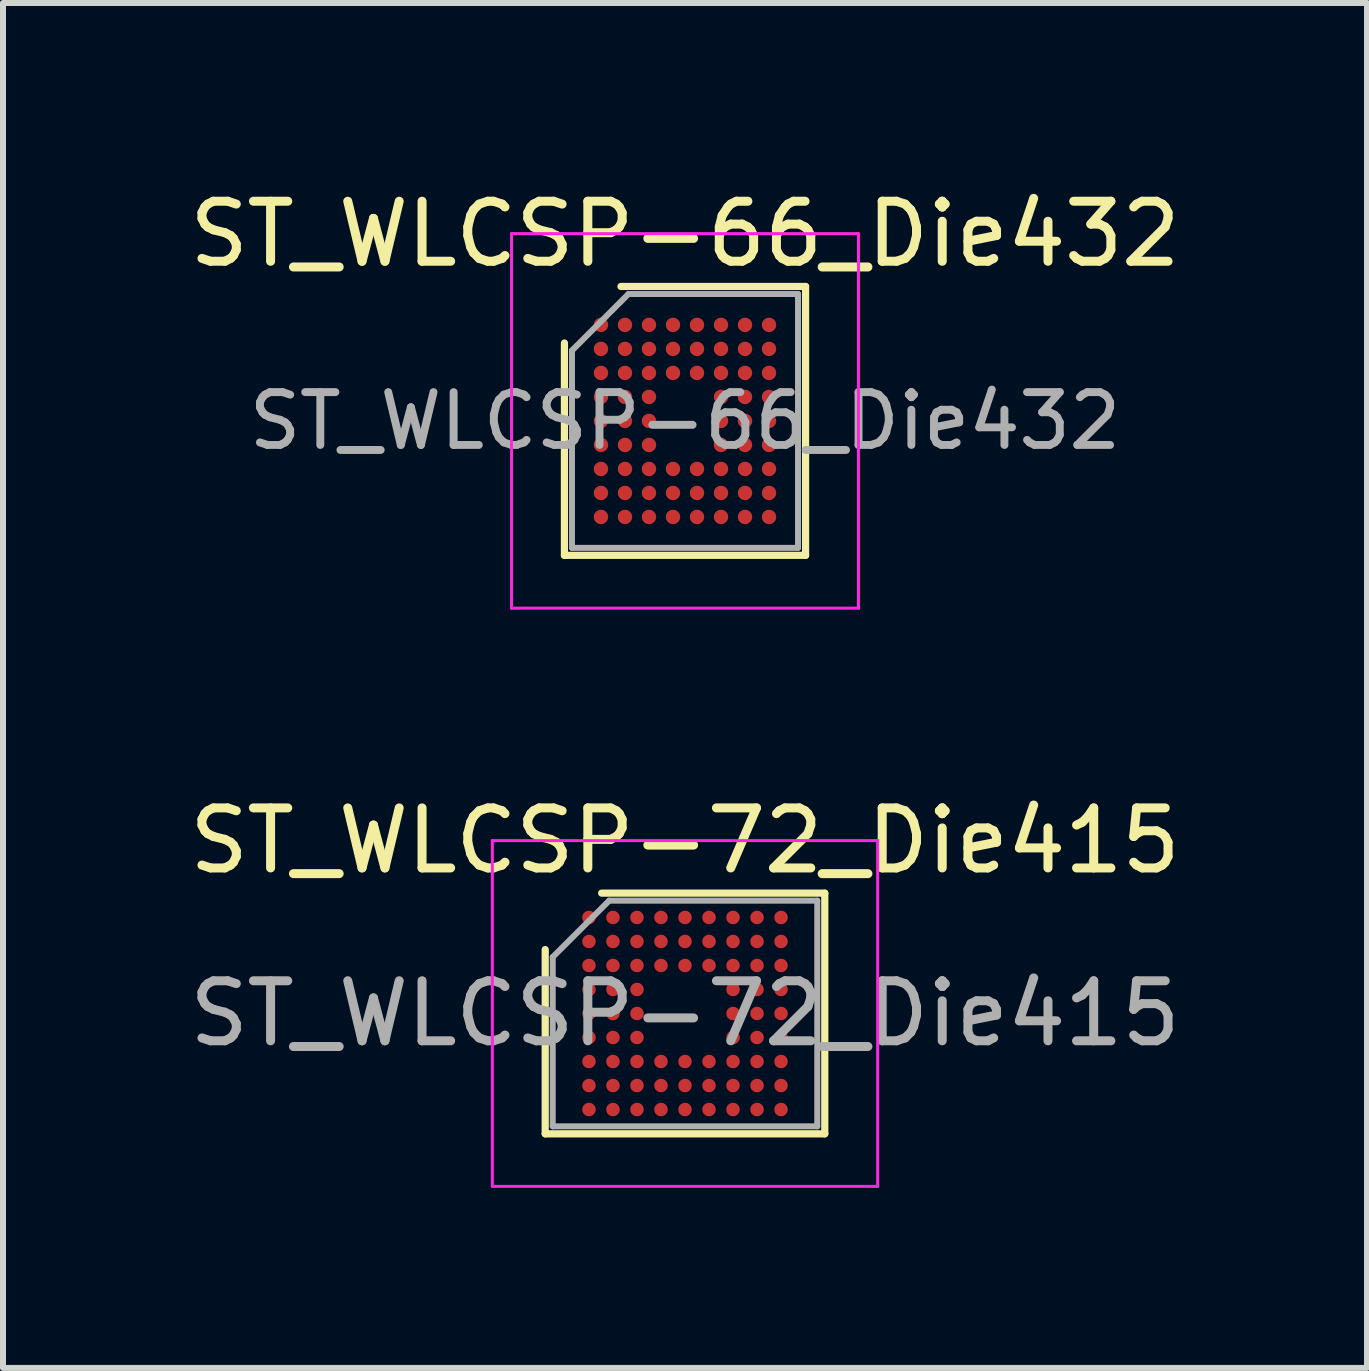
<source format=kicad_pcb>
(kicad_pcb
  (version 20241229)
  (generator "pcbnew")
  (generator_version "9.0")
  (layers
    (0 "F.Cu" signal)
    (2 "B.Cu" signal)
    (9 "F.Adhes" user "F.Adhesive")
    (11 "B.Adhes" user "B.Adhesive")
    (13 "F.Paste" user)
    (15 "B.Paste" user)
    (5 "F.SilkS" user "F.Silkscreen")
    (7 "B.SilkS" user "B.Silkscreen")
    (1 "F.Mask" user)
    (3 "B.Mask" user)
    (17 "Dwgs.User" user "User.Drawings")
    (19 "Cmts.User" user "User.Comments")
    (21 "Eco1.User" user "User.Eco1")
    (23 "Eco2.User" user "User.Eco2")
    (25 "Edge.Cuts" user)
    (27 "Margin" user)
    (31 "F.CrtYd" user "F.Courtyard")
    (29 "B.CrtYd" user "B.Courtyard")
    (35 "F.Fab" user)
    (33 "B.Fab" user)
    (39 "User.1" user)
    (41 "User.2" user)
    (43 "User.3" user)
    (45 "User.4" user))
  (footprint "ST_WLCSP-72_Die415"
    (layer "F.Cu")
    (at 8.363 13.836)
    (property "Reference" "ST_WLCSP-72_Die415" (at 0 -2.88 0) (layer "F.SilkS") (effects (font (size 1 1) (thickness 0.15))))
    (attr smd)
    (fp_line (start -2.329 2.005) (end -2.329 -1.065) (stroke (width 0.12) (type solid)) (layer "F.SilkS"))
    (fp_line (start -1.389 -2.005) (end 2.329 -2.005) (stroke (width 0.12) (type solid)) (layer "F.SilkS"))
    (fp_line (start 2.329 -2.005) (end 2.329 2.005) (stroke (width 0.12) (type solid)) (layer "F.SilkS"))
    (fp_line (start 2.329 2.005) (end -2.329 2.005) (stroke (width 0.12) (type solid)) (layer "F.SilkS"))
    (fp_line (start -3.21 -2.88) (end -3.21 2.88) (stroke (width 0.05) (type solid)) (layer "F.CrtYd"))
    (fp_line (start -3.21 2.88) (end 3.21 2.88) (stroke (width 0.05) (type solid)) (layer "F.CrtYd"))
    (fp_line (start 3.21 -2.88) (end -3.21 -2.88) (stroke (width 0.05) (type solid)) (layer "F.CrtYd"))
    (fp_line (start 3.21 2.88) (end 3.21 -2.88) (stroke (width 0.05) (type solid)) (layer "F.CrtYd"))
    (fp_line (start -2.204 -0.94) (end -1.264 -1.88) (stroke (width 0.1) (type solid)) (layer "F.Fab"))
    (fp_line (start -2.204 1.88) (end -2.204 -0.94) (stroke (width 0.1) (type solid)) (layer "F.Fab"))
    (fp_line (start -1.264 -1.88) (end 2.204 -1.88) (stroke (width 0.1) (type solid)) (layer "F.Fab"))
    (fp_line (start 2.204 -1.88) (end 2.204 1.88) (stroke (width 0.1) (type solid)) (layer "F.Fab"))
    (fp_line (start 2.204 1.88) (end -2.204 1.88) (stroke (width 0.1) (type solid)) (layer "F.Fab"))
    (fp_text user "${REFERENCE}" (at 0 0 0) (layer "F.Fab") (effects (font (size 1 1) (thickness 0.15))))
    (pad "A1" smd circle (at -1.6 -1.6) (size 0.225 0.225) (layers "F.Cu" "F.Mask" "F.Paste"))
    (pad "A2" smd circle (at -1.2 -1.6) (size 0.225 0.225) (layers "F.Cu" "F.Mask" "F.Paste"))
    (pad "A3" smd circle (at -0.8 -1.6) (size 0.225 0.225) (layers "F.Cu" "F.Mask" "F.Paste"))
    (pad "A4" smd circle (at -0.4 -1.6) (size 0.225 0.225) (layers "F.Cu" "F.Mask" "F.Paste"))
    (pad "A5" smd circle (at 0 -1.6) (size 0.225 0.225) (layers "F.Cu" "F.Mask" "F.Paste"))
    (pad "A6" smd circle (at 0.4 -1.6) (size 0.225 0.225) (layers "F.Cu" "F.Mask" "F.Paste"))
    (pad "A7" smd circle (at 0.8 -1.6) (size 0.225 0.225) (layers "F.Cu" "F.Mask" "F.Paste"))
    (pad "A8" smd circle (at 1.2 -1.6) (size 0.225 0.225) (layers "F.Cu" "F.Mask" "F.Paste"))
    (pad "A9" smd circle (at 1.6 -1.6) (size 0.225 0.225) (layers "F.Cu" "F.Mask" "F.Paste"))
    (pad "B1" smd circle (at -1.6 -1.2) (size 0.225 0.225) (layers "F.Cu" "F.Mask" "F.Paste"))
    (pad "B2" smd circle (at -1.2 -1.2) (size 0.225 0.225) (layers "F.Cu" "F.Mask" "F.Paste"))
    (pad "B3" smd circle (at -0.8 -1.2) (size 0.225 0.225) (layers "F.Cu" "F.Mask" "F.Paste"))
    (pad "B4" smd circle (at -0.4 -1.2) (size 0.225 0.225) (layers "F.Cu" "F.Mask" "F.Paste"))
    (pad "B5" smd circle (at 0 -1.2) (size 0.225 0.225) (layers "F.Cu" "F.Mask" "F.Paste"))
    (pad "B6" smd circle (at 0.4 -1.2) (size 0.225 0.225) (layers "F.Cu" "F.Mask" "F.Paste"))
    (pad "B7" smd circle (at 0.8 -1.2) (size 0.225 0.225) (layers "F.Cu" "F.Mask" "F.Paste"))
    (pad "B8" smd circle (at 1.2 -1.2) (size 0.225 0.225) (layers "F.Cu" "F.Mask" "F.Paste"))
    (pad "B9" smd circle (at 1.6 -1.2) (size 0.225 0.225) (layers "F.Cu" "F.Mask" "F.Paste"))
    (pad "C1" smd circle (at -1.6 -0.8) (size 0.225 0.225) (layers "F.Cu" "F.Mask" "F.Paste"))
    (pad "C2" smd circle (at -1.2 -0.8) (size 0.225 0.225) (layers "F.Cu" "F.Mask" "F.Paste"))
    (pad "C3" smd circle (at -0.8 -0.8) (size 0.225 0.225) (layers "F.Cu" "F.Mask" "F.Paste"))
    (pad "C4" smd circle (at -0.4 -0.8) (size 0.225 0.225) (layers "F.Cu" "F.Mask" "F.Paste"))
    (pad "C5" smd circle (at 0 -0.8) (size 0.225 0.225) (layers "F.Cu" "F.Mask" "F.Paste"))
    (pad "C6" smd circle (at 0.4 -0.8) (size 0.225 0.225) (layers "F.Cu" "F.Mask" "F.Paste"))
    (pad "C7" smd circle (at 0.8 -0.8) (size 0.225 0.225) (layers "F.Cu" "F.Mask" "F.Paste"))
    (pad "C8" smd circle (at 1.2 -0.8) (size 0.225 0.225) (layers "F.Cu" "F.Mask" "F.Paste"))
    (pad "C9" smd circle (at 1.6 -0.8) (size 0.225 0.225) (layers "F.Cu" "F.Mask" "F.Paste"))
    (pad "D1" smd circle (at -1.6 -0.4) (size 0.225 0.225) (layers "F.Cu" "F.Mask" "F.Paste"))
    (pad "D2" smd circle (at -1.2 -0.4) (size 0.225 0.225) (layers "F.Cu" "F.Mask" "F.Paste"))
    (pad "D3" smd circle (at -0.8 -0.4) (size 0.225 0.225) (layers "F.Cu" "F.Mask" "F.Paste"))
    (pad "D7" smd circle (at 0.8 -0.4) (size 0.225 0.225) (layers "F.Cu" "F.Mask" "F.Paste"))
    (pad "D8" smd circle (at 1.2 -0.4) (size 0.225 0.225) (layers "F.Cu" "F.Mask" "F.Paste"))
    (pad "D9" smd circle (at 1.6 -0.4) (size 0.225 0.225) (layers "F.Cu" "F.Mask" "F.Paste"))
    (pad "E1" smd circle (at -1.6 0) (size 0.225 0.225) (layers "F.Cu" "F.Mask" "F.Paste"))
    (pad "E2" smd circle (at -1.2 0) (size 0.225 0.225) (layers "F.Cu" "F.Mask" "F.Paste"))
    (pad "E3" smd circle (at -0.8 0) (size 0.225 0.225) (layers "F.Cu" "F.Mask" "F.Paste"))
    (pad "E7" smd circle (at 0.8 0) (size 0.225 0.225) (layers "F.Cu" "F.Mask" "F.Paste"))
    (pad "E8" smd circle (at 1.2 0) (size 0.225 0.225) (layers "F.Cu" "F.Mask" "F.Paste"))
    (pad "E9" smd circle (at 1.6 0) (size 0.225 0.225) (layers "F.Cu" "F.Mask" "F.Paste"))
    (pad "F1" smd circle (at -1.6 0.4) (size 0.225 0.225) (layers "F.Cu" "F.Mask" "F.Paste"))
    (pad "F2" smd circle (at -1.2 0.4) (size 0.225 0.225) (layers "F.Cu" "F.Mask" "F.Paste"))
    (pad "F3" smd circle (at -0.8 0.4) (size 0.225 0.225) (layers "F.Cu" "F.Mask" "F.Paste"))
    (pad "F7" smd circle (at 0.8 0.4) (size 0.225 0.225) (layers "F.Cu" "F.Mask" "F.Paste"))
    (pad "F8" smd circle (at 1.2 0.4) (size 0.225 0.225) (layers "F.Cu" "F.Mask" "F.Paste"))
    (pad "F9" smd circle (at 1.6 0.4) (size 0.225 0.225) (layers "F.Cu" "F.Mask" "F.Paste"))
    (pad "G1" smd circle (at -1.6 0.8) (size 0.225 0.225) (layers "F.Cu" "F.Mask" "F.Paste"))
    (pad "G2" smd circle (at -1.2 0.8) (size 0.225 0.225) (layers "F.Cu" "F.Mask" "F.Paste"))
    (pad "G3" smd circle (at -0.8 0.8) (size 0.225 0.225) (layers "F.Cu" "F.Mask" "F.Paste"))
    (pad "G4" smd circle (at -0.4 0.8) (size 0.225 0.225) (layers "F.Cu" "F.Mask" "F.Paste"))
    (pad "G5" smd circle (at 0 0.8) (size 0.225 0.225) (layers "F.Cu" "F.Mask" "F.Paste"))
    (pad "G6" smd circle (at 0.4 0.8) (size 0.225 0.225) (layers "F.Cu" "F.Mask" "F.Paste"))
    (pad "G7" smd circle (at 0.8 0.8) (size 0.225 0.225) (layers "F.Cu" "F.Mask" "F.Paste"))
    (pad "G8" smd circle (at 1.2 0.8) (size 0.225 0.225) (layers "F.Cu" "F.Mask" "F.Paste"))
    (pad "G9" smd circle (at 1.6 0.8) (size 0.225 0.225) (layers "F.Cu" "F.Mask" "F.Paste"))
    (pad "H1" smd circle (at -1.6 1.2) (size 0.225 0.225) (layers "F.Cu" "F.Mask" "F.Paste"))
    (pad "H2" smd circle (at -1.2 1.2) (size 0.225 0.225) (layers "F.Cu" "F.Mask" "F.Paste"))
    (pad "H3" smd circle (at -0.8 1.2) (size 0.225 0.225) (layers "F.Cu" "F.Mask" "F.Paste"))
    (pad "H4" smd circle (at -0.4 1.2) (size 0.225 0.225) (layers "F.Cu" "F.Mask" "F.Paste"))
    (pad "H5" smd circle (at 0 1.2) (size 0.225 0.225) (layers "F.Cu" "F.Mask" "F.Paste"))
    (pad "H6" smd circle (at 0.4 1.2) (size 0.225 0.225) (layers "F.Cu" "F.Mask" "F.Paste"))
    (pad "H7" smd circle (at 0.8 1.2) (size 0.225 0.225) (layers "F.Cu" "F.Mask" "F.Paste"))
    (pad "H8" smd circle (at 1.2 1.2) (size 0.225 0.225) (layers "F.Cu" "F.Mask" "F.Paste"))
    (pad "H9" smd circle (at 1.6 1.2) (size 0.225 0.225) (layers "F.Cu" "F.Mask" "F.Paste"))
    (pad "J1" smd circle (at -1.6 1.6) (size 0.225 0.225) (layers "F.Cu" "F.Mask" "F.Paste"))
    (pad "J2" smd circle (at -1.2 1.6) (size 0.225 0.225) (layers "F.Cu" "F.Mask" "F.Paste"))
    (pad "J3" smd circle (at -0.8 1.6) (size 0.225 0.225) (layers "F.Cu" "F.Mask" "F.Paste"))
    (pad "J4" smd circle (at -0.4 1.6) (size 0.225 0.225) (layers "F.Cu" "F.Mask" "F.Paste"))
    (pad "J5" smd circle (at 0 1.6) (size 0.225 0.225) (layers "F.Cu" "F.Mask" "F.Paste"))
    (pad "J6" smd circle (at 0.4 1.6) (size 0.225 0.225) (layers "F.Cu" "F.Mask" "F.Paste"))
    (pad "J7" smd circle (at 0.8 1.6) (size 0.225 0.225) (layers "F.Cu" "F.Mask" "F.Paste"))
    (pad "J8" smd circle (at 1.2 1.6) (size 0.225 0.225) (layers "F.Cu" "F.Mask" "F.Paste"))
    (pad "J9" smd circle (at 1.6 1.6) (size 0.225 0.225) (layers "F.Cu" "F.Mask" "F.Paste")))
  (footprint "ST_WLCSP-66_Die432"
    (layer "F.Cu")
    (at 8.363 3.963)
    (property "Reference" "ST_WLCSP-66_Die432" (at 0 -3.115 0) (layer "F.SilkS") (effects (font (size 1 1) (thickness 0.15))))
    (attr smd)
    (fp_line (start -2.009 2.24) (end -2.009 -1.298) (stroke (width 0.12) (type solid)) (layer "F.SilkS"))
    (fp_line (start -1.067 -2.24) (end 2.009 -2.24) (stroke (width 0.12) (type solid)) (layer "F.SilkS"))
    (fp_line (start 2.009 -2.24) (end 2.009 2.24) (stroke (width 0.12) (type solid)) (layer "F.SilkS"))
    (fp_line (start 2.009 2.24) (end -2.009 2.24) (stroke (width 0.12) (type solid)) (layer "F.SilkS"))
    (fp_line (start -2.89 -3.12) (end -2.89 3.12) (stroke (width 0.05) (type solid)) (layer "F.CrtYd"))
    (fp_line (start -2.89 3.12) (end 2.89 3.12) (stroke (width 0.05) (type solid)) (layer "F.CrtYd"))
    (fp_line (start 2.89 -3.12) (end -2.89 -3.12) (stroke (width 0.05) (type solid)) (layer "F.CrtYd"))
    (fp_line (start 2.89 3.12) (end 2.89 -3.12) (stroke (width 0.05) (type solid)) (layer "F.CrtYd"))
    (fp_line (start -1.883 -1.173) (end -0.942 -2.115) (stroke (width 0.1) (type solid)) (layer "F.Fab"))
    (fp_line (start -1.883 2.115) (end -1.883 -1.173) (stroke (width 0.1) (type solid)) (layer "F.Fab"))
    (fp_line (start -0.942 -2.115) (end 1.883 -2.115) (stroke (width 0.1) (type solid)) (layer "F.Fab"))
    (fp_line (start 1.883 -2.115) (end 1.883 2.115) (stroke (width 0.1) (type solid)) (layer "F.Fab"))
    (fp_line (start 1.883 2.115) (end -1.883 2.115) (stroke (width 0.1) (type solid)) (layer "F.Fab"))
    (fp_text user "${REFERENCE}" (at 0 0 0) (layer "F.Fab") (effects (font (size 0.88 0.88) (thickness 0.132))))
    (pad "A1" smd circle (at -1.4 -1.6) (size 0.24 0.24) (layers "F.Cu" "F.Mask" "F.Paste"))
    (pad "A2" smd circle (at -1 -1.6) (size 0.24 0.24) (layers "F.Cu" "F.Mask" "F.Paste"))
    (pad "A3" smd circle (at -0.6 -1.6) (size 0.24 0.24) (layers "F.Cu" "F.Mask" "F.Paste"))
    (pad "A4" smd circle (at -0.2 -1.6) (size 0.24 0.24) (layers "F.Cu" "F.Mask" "F.Paste"))
    (pad "A5" smd circle (at 0.2 -1.6) (size 0.24 0.24) (layers "F.Cu" "F.Mask" "F.Paste"))
    (pad "A6" smd circle (at 0.6 -1.6) (size 0.24 0.24) (layers "F.Cu" "F.Mask" "F.Paste"))
    (pad "A7" smd circle (at 1 -1.6) (size 0.24 0.24) (layers "F.Cu" "F.Mask" "F.Paste"))
    (pad "A8" smd circle (at 1.4 -1.6) (size 0.24 0.24) (layers "F.Cu" "F.Mask" "F.Paste"))
    (pad "B1" smd circle (at -1.4 -1.2) (size 0.24 0.24) (layers "F.Cu" "F.Mask" "F.Paste"))
    (pad "B2" smd circle (at -1 -1.2) (size 0.24 0.24) (layers "F.Cu" "F.Mask" "F.Paste"))
    (pad "B3" smd circle (at -0.6 -1.2) (size 0.24 0.24) (layers "F.Cu" "F.Mask" "F.Paste"))
    (pad "B4" smd circle (at -0.2 -1.2) (size 0.24 0.24) (layers "F.Cu" "F.Mask" "F.Paste"))
    (pad "B5" smd circle (at 0.2 -1.2) (size 0.24 0.24) (layers "F.Cu" "F.Mask" "F.Paste"))
    (pad "B6" smd circle (at 0.6 -1.2) (size 0.24 0.24) (layers "F.Cu" "F.Mask" "F.Paste"))
    (pad "B7" smd circle (at 1 -1.2) (size 0.24 0.24) (layers "F.Cu" "F.Mask" "F.Paste"))
    (pad "B8" smd circle (at 1.4 -1.2) (size 0.24 0.24) (layers "F.Cu" "F.Mask" "F.Paste"))
    (pad "C1" smd circle (at -1.4 -0.8) (size 0.24 0.24) (layers "F.Cu" "F.Mask" "F.Paste"))
    (pad "C2" smd circle (at -1 -0.8) (size 0.24 0.24) (layers "F.Cu" "F.Mask" "F.Paste"))
    (pad "C3" smd circle (at -0.6 -0.8) (size 0.24 0.24) (layers "F.Cu" "F.Mask" "F.Paste"))
    (pad "C4" smd circle (at -0.2 -0.8) (size 0.24 0.24) (layers "F.Cu" "F.Mask" "F.Paste"))
    (pad "C5" smd circle (at 0.2 -0.8) (size 0.24 0.24) (layers "F.Cu" "F.Mask" "F.Paste"))
    (pad "C6" smd circle (at 0.6 -0.8) (size 0.24 0.24) (layers "F.Cu" "F.Mask" "F.Paste"))
    (pad "C7" smd circle (at 1 -0.8) (size 0.24 0.24) (layers "F.Cu" "F.Mask" "F.Paste"))
    (pad "C8" smd circle (at 1.4 -0.8) (size 0.24 0.24) (layers "F.Cu" "F.Mask" "F.Paste"))
    (pad "D1" smd circle (at -1.4 -0.4) (size 0.24 0.24) (layers "F.Cu" "F.Mask" "F.Paste"))
    (pad "D2" smd circle (at -1 -0.4) (size 0.24 0.24) (layers "F.Cu" "F.Mask" "F.Paste"))
    (pad "D3" smd circle (at -0.6 -0.4) (size 0.24 0.24) (layers "F.Cu" "F.Mask" "F.Paste"))
    (pad "D6" smd circle (at 0.6 -0.4) (size 0.24 0.24) (layers "F.Cu" "F.Mask" "F.Paste"))
    (pad "D7" smd circle (at 1 -0.4) (size 0.24 0.24) (layers "F.Cu" "F.Mask" "F.Paste"))
    (pad "D8" smd circle (at 1.4 -0.4) (size 0.24 0.24) (layers "F.Cu" "F.Mask" "F.Paste"))
    (pad "E1" smd circle (at -1.4 0) (size 0.24 0.24) (layers "F.Cu" "F.Mask" "F.Paste"))
    (pad "E2" smd circle (at -1 0) (size 0.24 0.24) (layers "F.Cu" "F.Mask" "F.Paste"))
    (pad "E3" smd circle (at -0.6 0) (size 0.24 0.24) (layers "F.Cu" "F.Mask" "F.Paste"))
    (pad "E6" smd circle (at 0.6 0) (size 0.24 0.24) (layers "F.Cu" "F.Mask" "F.Paste"))
    (pad "E7" smd circle (at 1 0) (size 0.24 0.24) (layers "F.Cu" "F.Mask" "F.Paste"))
    (pad "E8" smd circle (at 1.4 0) (size 0.24 0.24) (layers "F.Cu" "F.Mask" "F.Paste"))
    (pad "F1" smd circle (at -1.4 0.4) (size 0.24 0.24) (layers "F.Cu" "F.Mask" "F.Paste"))
    (pad "F2" smd circle (at -1 0.4) (size 0.24 0.24) (layers "F.Cu" "F.Mask" "F.Paste"))
    (pad "F3" smd circle (at -0.6 0.4) (size 0.24 0.24) (layers "F.Cu" "F.Mask" "F.Paste"))
    (pad "F6" smd circle (at 0.6 0.4) (size 0.24 0.24) (layers "F.Cu" "F.Mask" "F.Paste"))
    (pad "F7" smd circle (at 1 0.4) (size 0.24 0.24) (layers "F.Cu" "F.Mask" "F.Paste"))
    (pad "F8" smd circle (at 1.4 0.4) (size 0.24 0.24) (layers "F.Cu" "F.Mask" "F.Paste"))
    (pad "G1" smd circle (at -1.4 0.8) (size 0.24 0.24) (layers "F.Cu" "F.Mask" "F.Paste"))
    (pad "G2" smd circle (at -1 0.8) (size 0.24 0.24) (layers "F.Cu" "F.Mask" "F.Paste"))
    (pad "G3" smd circle (at -0.6 0.8) (size 0.24 0.24) (layers "F.Cu" "F.Mask" "F.Paste"))
    (pad "G4" smd circle (at -0.2 0.8) (size 0.24 0.24) (layers "F.Cu" "F.Mask" "F.Paste"))
    (pad "G5" smd circle (at 0.2 0.8) (size 0.24 0.24) (layers "F.Cu" "F.Mask" "F.Paste"))
    (pad "G6" smd circle (at 0.6 0.8) (size 0.24 0.24) (layers "F.Cu" "F.Mask" "F.Paste"))
    (pad "G7" smd circle (at 1 0.8) (size 0.24 0.24) (layers "F.Cu" "F.Mask" "F.Paste"))
    (pad "G8" smd circle (at 1.4 0.8) (size 0.24 0.24) (layers "F.Cu" "F.Mask" "F.Paste"))
    (pad "H1" smd circle (at -1.4 1.2) (size 0.24 0.24) (layers "F.Cu" "F.Mask" "F.Paste"))
    (pad "H2" smd circle (at -1 1.2) (size 0.24 0.24) (layers "F.Cu" "F.Mask" "F.Paste"))
    (pad "H3" smd circle (at -0.6 1.2) (size 0.24 0.24) (layers "F.Cu" "F.Mask" "F.Paste"))
    (pad "H4" smd circle (at -0.2 1.2) (size 0.24 0.24) (layers "F.Cu" "F.Mask" "F.Paste"))
    (pad "H5" smd circle (at 0.2 1.2) (size 0.24 0.24) (layers "F.Cu" "F.Mask" "F.Paste"))
    (pad "H6" smd circle (at 0.6 1.2) (size 0.24 0.24) (layers "F.Cu" "F.Mask" "F.Paste"))
    (pad "H7" smd circle (at 1 1.2) (size 0.24 0.24) (layers "F.Cu" "F.Mask" "F.Paste"))
    (pad "H8" smd circle (at 1.4 1.2) (size 0.24 0.24) (layers "F.Cu" "F.Mask" "F.Paste"))
    (pad "J1" smd circle (at -1.4 1.6) (size 0.24 0.24) (layers "F.Cu" "F.Mask" "F.Paste"))
    (pad "J2" smd circle (at -1 1.6) (size 0.24 0.24) (layers "F.Cu" "F.Mask" "F.Paste"))
    (pad "J3" smd circle (at -0.6 1.6) (size 0.24 0.24) (layers "F.Cu" "F.Mask" "F.Paste"))
    (pad "J4" smd circle (at -0.2 1.6) (size 0.24 0.24) (layers "F.Cu" "F.Mask" "F.Paste"))
    (pad "J5" smd circle (at 0.2 1.6) (size 0.24 0.24) (layers "F.Cu" "F.Mask" "F.Paste"))
    (pad "J6" smd circle (at 0.6 1.6) (size 0.24 0.24) (layers "F.Cu" "F.Mask" "F.Paste"))
    (pad "J7" smd circle (at 1 1.6) (size 0.24 0.24) (layers "F.Cu" "F.Mask" "F.Paste"))
    (pad "J8" smd circle (at 1.4 1.6) (size 0.24 0.24) (layers "F.Cu" "F.Mask" "F.Paste")))
  (gr_rect
    (start -3 -3)
    (end 19.726 19.741)
    (stroke (width 0.1) (type default))
    (fill no)
    (layer "Edge.Cuts")))
</source>
